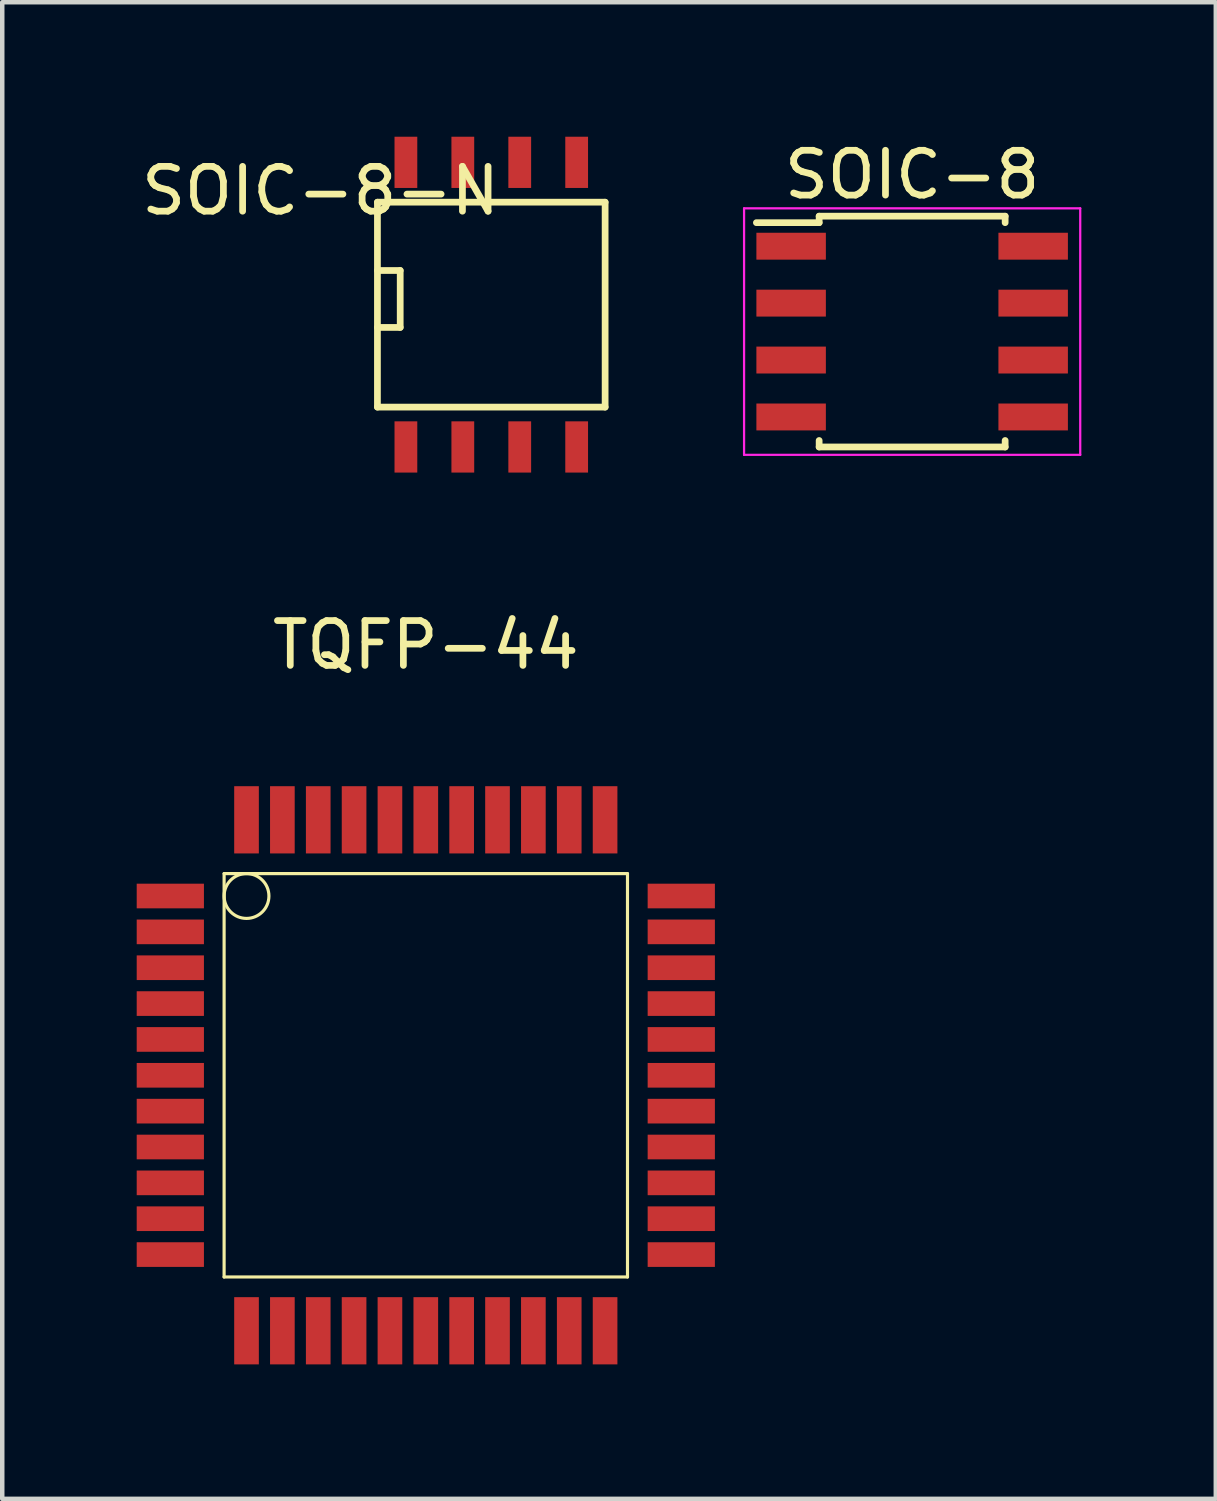
<source format=kicad_pcb>
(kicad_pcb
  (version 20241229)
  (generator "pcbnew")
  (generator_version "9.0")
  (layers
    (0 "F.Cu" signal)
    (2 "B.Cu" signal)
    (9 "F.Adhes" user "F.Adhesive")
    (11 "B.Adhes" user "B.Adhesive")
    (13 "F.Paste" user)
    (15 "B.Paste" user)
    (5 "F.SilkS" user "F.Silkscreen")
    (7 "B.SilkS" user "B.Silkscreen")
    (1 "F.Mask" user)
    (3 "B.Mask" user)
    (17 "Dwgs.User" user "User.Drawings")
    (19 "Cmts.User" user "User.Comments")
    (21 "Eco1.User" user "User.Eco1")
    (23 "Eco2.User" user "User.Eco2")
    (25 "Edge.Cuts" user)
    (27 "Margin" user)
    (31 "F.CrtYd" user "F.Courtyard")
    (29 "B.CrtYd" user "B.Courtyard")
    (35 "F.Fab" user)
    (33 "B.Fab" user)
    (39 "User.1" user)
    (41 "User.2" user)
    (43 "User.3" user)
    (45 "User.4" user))
  (footprint "SOIC-8-N"
    (layer "F.Cu")
    (at 7.911 3.747)
    (property "Reference" "SOIC-8-N" (at -3.81 -2.54 0) (layer "F.SilkS") (effects (font (size 1 1) (thickness 0.15))))
    (attr smd)
    (fp_line (start -2.54 -2.286) (end 2.54 -2.286) (stroke (width 0.15) (type solid)) (layer "F.SilkS"))
    (fp_line (start -2.54 -0.762) (end -2.032 -0.762) (stroke (width 0.15) (type solid)) (layer "F.SilkS"))
    (fp_line (start -2.54 2.286) (end -2.54 -2.286) (stroke (width 0.15) (type solid)) (layer "F.SilkS"))
    (fp_line (start -2.032 -0.762) (end -2.032 0.508) (stroke (width 0.15) (type solid)) (layer "F.SilkS"))
    (fp_line (start -2.032 0.508) (end -2.54 0.508) (stroke (width 0.15) (type solid)) (layer "F.SilkS"))
    (fp_line (start 2.54 -2.286) (end 2.54 2.286) (stroke (width 0.15) (type solid)) (layer "F.SilkS"))
    (fp_line (start 2.54 2.286) (end -2.54 2.286) (stroke (width 0.15) (type solid)) (layer "F.SilkS"))
    (pad "1" smd rect (at -1.905 3.175) (size 0.508 1.143) (layers "F.Cu" "F.Mask" "F.Paste"))
    (pad "2" smd rect (at -0.635 3.175) (size 0.508 1.143) (layers "F.Cu" "F.Mask" "F.Paste"))
    (pad "3" smd rect (at 0.635 3.175) (size 0.508 1.143) (layers "F.Cu" "F.Mask" "F.Paste"))
    (pad "4" smd rect (at 1.905 3.175) (size 0.508 1.143) (layers "F.Cu" "F.Mask" "F.Paste"))
    (pad "5" smd rect (at 1.905 -3.175) (size 0.508 1.143) (layers "F.Cu" "F.Mask" "F.Paste"))
    (pad "6" smd rect (at 0.635 -3.175) (size 0.508 1.143) (layers "F.Cu" "F.Mask" "F.Paste"))
    (pad "7" smd rect (at -0.635 -3.175) (size 0.508 1.143) (layers "F.Cu" "F.Mask" "F.Paste"))
    (pad "8" smd rect (at -1.905 -3.175) (size 0.508 1.143) (layers "F.Cu" "F.Mask" "F.Paste")))
  (footprint "SOIC-8"
    (layer "F.Cu")
    (at 17.301 4.348)
    (property "Reference" "SOIC-8" (at 0 -3.5 0) (layer "F.SilkS") (effects (font (size 1 1) (thickness 0.15))))
    (attr smd)
    (fp_line (start -2.075 -2.575) (end -2.075 -2.43) (stroke (width 0.15) (type solid)) (layer "F.SilkS"))
    (fp_line (start -2.075 -2.575) (end 2.075 -2.575) (stroke (width 0.15) (type solid)) (layer "F.SilkS"))
    (fp_line (start -2.075 -2.43) (end -3.475 -2.43) (stroke (width 0.15) (type solid)) (layer "F.SilkS"))
    (fp_line (start -2.075 2.575) (end -2.075 2.43) (stroke (width 0.15) (type solid)) (layer "F.SilkS"))
    (fp_line (start -2.075 2.575) (end 2.075 2.575) (stroke (width 0.15) (type solid)) (layer "F.SilkS"))
    (fp_line (start 2.075 -2.575) (end 2.075 -2.43) (stroke (width 0.15) (type solid)) (layer "F.SilkS"))
    (fp_line (start 2.075 2.575) (end 2.075 2.43) (stroke (width 0.15) (type solid)) (layer "F.SilkS"))
    (fp_line (start -3.75 -2.75) (end -3.75 2.75) (stroke (width 0.05) (type solid)) (layer "F.CrtYd"))
    (fp_line (start -3.75 -2.75) (end 3.75 -2.75) (stroke (width 0.05) (type solid)) (layer "F.CrtYd"))
    (fp_line (start -3.75 2.75) (end 3.75 2.75) (stroke (width 0.05) (type solid)) (layer "F.CrtYd"))
    (fp_line (start 3.75 -2.75) (end 3.75 2.75) (stroke (width 0.05) (type solid)) (layer "F.CrtYd"))
    (pad "1" smd rect (at -2.7 -1.905) (size 1.55 0.6) (layers "F.Cu" "F.Mask" "F.Paste"))
    (pad "2" smd rect (at -2.7 -0.635) (size 1.55 0.6) (layers "F.Cu" "F.Mask" "F.Paste"))
    (pad "3" smd rect (at -2.7 0.635) (size 1.55 0.6) (layers "F.Cu" "F.Mask" "F.Paste"))
    (pad "4" smd rect (at -2.7 1.905) (size 1.55 0.6) (layers "F.Cu" "F.Mask" "F.Paste"))
    (pad "5" smd rect (at 2.7 1.905) (size 1.55 0.6) (layers "F.Cu" "F.Mask" "F.Paste"))
    (pad "6" smd rect (at 2.7 0.635) (size 1.55 0.6) (layers "F.Cu" "F.Mask" "F.Paste"))
    (pad "7" smd rect (at 2.7 -0.635) (size 1.55 0.6) (layers "F.Cu" "F.Mask" "F.Paste"))
    (pad "8" smd rect (at 2.7 -1.905) (size 1.55 0.6) (layers "F.Cu" "F.Mask" "F.Paste")))
  (footprint "TQFP-44"
    (layer "F.Cu")
    (at 6.45 20.941)
    (property "Reference" "TQFP-44" (at 0 -9.6 0) (layer "F.SilkS") (effects (font (size 1 1) (thickness 0.15))))
    (attr through_hole)
    (fp_line (start -4.5 -4.5) (end -4.5 4.5) (stroke (width 0.07) (type solid)) (layer "F.SilkS"))
    (fp_line (start -4.5 4.5) (end 4.5 4.5) (stroke (width 0.07) (type solid)) (layer "F.SilkS"))
    (fp_line (start 4.5 -4.5) (end -4.5 -4.5) (stroke (width 0.07) (type solid)) (layer "F.SilkS"))
    (fp_line (start 4.5 4.5) (end 4.5 -4.5) (stroke (width 0.07) (type solid)) (layer "F.SilkS"))
    (fp_circle (center -4 -4) (end -3.5 -4) (stroke (width 0.07) (type solid)) (fill no) (layer "F.SilkS"))
    (pad "1" smd rect (at -5.7 -4) (size 1.5 0.55) (layers "F.Cu" "F.Mask" "F.Paste"))
    (pad "2" smd rect (at -5.7 -3.2) (size 1.5 0.55) (layers "F.Cu" "F.Mask" "F.Paste"))
    (pad "3" smd rect (at -5.7 -2.4) (size 1.5 0.55) (layers "F.Cu" "F.Mask" "F.Paste"))
    (pad "4" smd rect (at -5.7 -1.6) (size 1.5 0.55) (layers "F.Cu" "F.Mask" "F.Paste"))
    (pad "5" smd rect (at -5.7 -0.8) (size 1.5 0.55) (layers "F.Cu" "F.Mask" "F.Paste"))
    (pad "6" smd rect (at -5.7 0) (size 1.5 0.55) (layers "F.Cu" "F.Mask" "F.Paste"))
    (pad "7" smd rect (at -5.7 0.8) (size 1.5 0.55) (layers "F.Cu" "F.Mask" "F.Paste"))
    (pad "8" smd rect (at -5.7 1.6) (size 1.5 0.55) (layers "F.Cu" "F.Mask" "F.Paste"))
    (pad "9" smd rect (at -5.7 2.4) (size 1.5 0.55) (layers "F.Cu" "F.Mask" "F.Paste"))
    (pad "10" smd rect (at -5.7 3.2) (size 1.5 0.55) (layers "F.Cu" "F.Mask" "F.Paste"))
    (pad "11" smd rect (at -5.7 4) (size 1.5 0.55) (layers "F.Cu" "F.Mask" "F.Paste"))
    (pad "12" smd rect (at -4 5.7) (size 0.55 1.5) (layers "F.Cu" "F.Mask" "F.Paste"))
    (pad "13" smd rect (at -3.2 5.7) (size 0.55 1.5) (layers "F.Cu" "F.Mask" "F.Paste"))
    (pad "14" smd rect (at -2.4 5.7) (size 0.55 1.5) (layers "F.Cu" "F.Mask" "F.Paste"))
    (pad "15" smd rect (at -1.6 5.7) (size 0.55 1.5) (layers "F.Cu" "F.Mask" "F.Paste"))
    (pad "16" smd rect (at -0.8 5.7) (size 0.55 1.5) (layers "F.Cu" "F.Mask" "F.Paste"))
    (pad "17" smd rect (at 0 5.7) (size 0.55 1.5) (layers "F.Cu" "F.Mask" "F.Paste"))
    (pad "18" smd rect (at 0.8 5.7) (size 0.55 1.5) (layers "F.Cu" "F.Mask" "F.Paste"))
    (pad "19" smd rect (at 1.6 5.7) (size 0.55 1.5) (layers "F.Cu" "F.Mask" "F.Paste"))
    (pad "20" smd rect (at 2.4 5.7) (size 0.55 1.5) (layers "F.Cu" "F.Mask" "F.Paste"))
    (pad "21" smd rect (at 3.2 5.7) (size 0.55 1.5) (layers "F.Cu" "F.Mask" "F.Paste"))
    (pad "22" smd rect (at 4 5.7) (size 0.55 1.5) (layers "F.Cu" "F.Mask" "F.Paste"))
    (pad "23" smd rect (at 5.7 4) (size 1.5 0.55) (layers "F.Cu" "F.Mask" "F.Paste"))
    (pad "24" smd rect (at 5.7 3.2) (size 1.5 0.55) (layers "F.Cu" "F.Mask" "F.Paste"))
    (pad "25" smd rect (at 5.7 2.4) (size 1.5 0.55) (layers "F.Cu" "F.Mask" "F.Paste"))
    (pad "26" smd rect (at 5.7 1.6) (size 1.5 0.55) (layers "F.Cu" "F.Mask" "F.Paste"))
    (pad "27" smd rect (at 5.7 0.8) (size 1.5 0.55) (layers "F.Cu" "F.Mask" "F.Paste"))
    (pad "28" smd rect (at 5.7 0) (size 1.5 0.55) (layers "F.Cu" "F.Mask" "F.Paste"))
    (pad "29" smd rect (at 5.7 -0.8) (size 1.5 0.55) (layers "F.Cu" "F.Mask" "F.Paste"))
    (pad "30" smd rect (at 5.7 -1.6) (size 1.5 0.55) (layers "F.Cu" "F.Mask" "F.Paste"))
    (pad "31" smd rect (at 5.7 -2.4) (size 1.5 0.55) (layers "F.Cu" "F.Mask" "F.Paste"))
    (pad "32" smd rect (at 5.7 -3.2) (size 1.5 0.55) (layers "F.Cu" "F.Mask" "F.Paste"))
    (pad "33" smd rect (at 5.7 -4) (size 1.5 0.55) (layers "F.Cu" "F.Mask" "F.Paste"))
    (pad "34" smd rect (at 4 -5.7) (size 0.55 1.5) (layers "F.Cu" "F.Mask" "F.Paste"))
    (pad "35" smd rect (at 3.2 -5.7) (size 0.55 1.5) (layers "F.Cu" "F.Mask" "F.Paste"))
    (pad "36" smd rect (at 2.4 -5.7) (size 0.55 1.5) (layers "F.Cu" "F.Mask" "F.Paste"))
    (pad "37" smd rect (at 1.6 -5.7) (size 0.55 1.5) (layers "F.Cu" "F.Mask" "F.Paste"))
    (pad "38" smd rect (at 0.8 -5.7) (size 0.55 1.5) (layers "F.Cu" "F.Mask" "F.Paste"))
    (pad "39" smd rect (at 0 -5.7) (size 0.55 1.5) (layers "F.Cu" "F.Mask" "F.Paste"))
    (pad "40" smd rect (at -0.8 -5.7) (size 0.55 1.5) (layers "F.Cu" "F.Mask" "F.Paste"))
    (pad "41" smd rect (at -1.6 -5.7) (size 0.55 1.5) (layers "F.Cu" "F.Mask" "F.Paste"))
    (pad "42" smd rect (at -2.4 -5.7) (size 0.55 1.5) (layers "F.Cu" "F.Mask" "F.Paste"))
    (pad "43" smd rect (at -3.2 -5.7) (size 0.55 1.5) (layers "F.Cu" "F.Mask" "F.Paste"))
    (pad "44" smd rect (at -4 -5.7) (size 0.55 1.5) (layers "F.Cu" "F.Mask" "F.Paste")))
  (gr_rect
    (start -3 -3)
    (end 24.076 30.391)
    (stroke (width 0.1) (type default))
    (fill no)
    (layer "Edge.Cuts")))
</source>
